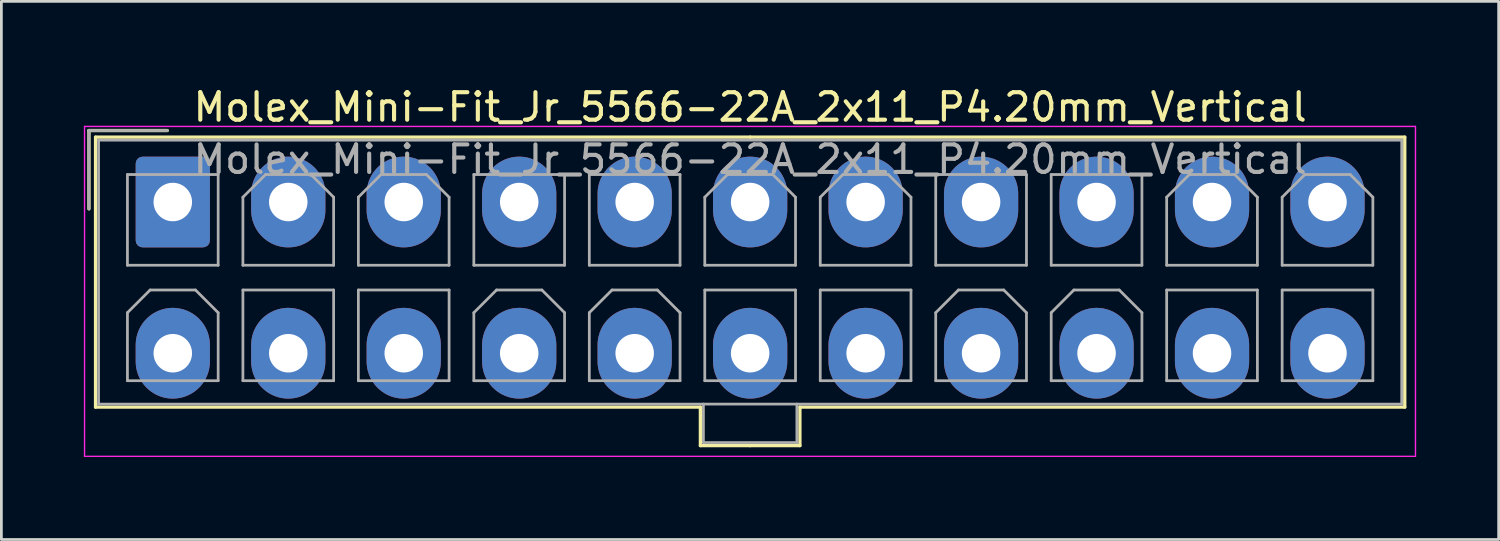
<source format=kicad_pcb>
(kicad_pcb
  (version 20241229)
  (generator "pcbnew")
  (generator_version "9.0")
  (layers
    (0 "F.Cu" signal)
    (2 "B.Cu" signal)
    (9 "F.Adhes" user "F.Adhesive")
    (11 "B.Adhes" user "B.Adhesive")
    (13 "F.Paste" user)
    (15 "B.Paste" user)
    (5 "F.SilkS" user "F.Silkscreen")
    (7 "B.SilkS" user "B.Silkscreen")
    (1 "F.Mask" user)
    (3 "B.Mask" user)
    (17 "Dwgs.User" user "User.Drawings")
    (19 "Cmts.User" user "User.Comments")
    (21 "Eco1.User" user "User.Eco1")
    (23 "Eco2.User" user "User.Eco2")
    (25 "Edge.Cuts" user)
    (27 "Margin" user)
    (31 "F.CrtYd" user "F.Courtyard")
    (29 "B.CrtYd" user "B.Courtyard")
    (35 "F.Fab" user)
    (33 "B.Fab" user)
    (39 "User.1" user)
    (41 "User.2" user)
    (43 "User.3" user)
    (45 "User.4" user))
  (footprint "Molex_Mini-Fit_Jr_5566-22A_2x11_P4.20mm_Vertical"
    (layer "F.Cu")
    (at 3.235 4.298)
    (property "Reference" "Molex_Mini-Fit_Jr_5566-22A_2x11_P4.20mm_Vertical" (at 21 -3.45 0) (layer "F.SilkS") (effects (font (size 1 1) (thickness 0.15))))
    (attr through_hole)
    (fp_line (start -3.05 -2.6) (end -3.05 0.25) (stroke (width 0.12) (type solid)) (layer "F.SilkS"))
    (fp_line (start -2.81 -2.36) (end -2.81 7.46) (stroke (width 0.12) (type solid)) (layer "F.SilkS"))
    (fp_line (start -2.81 7.46) (end 19.19 7.46) (stroke (width 0.12) (type solid)) (layer "F.SilkS"))
    (fp_line (start -0.2 -2.6) (end -3.05 -2.6) (stroke (width 0.12) (type solid)) (layer "F.SilkS"))
    (fp_line (start 19.19 7.46) (end 19.19 8.86) (stroke (width 0.12) (type solid)) (layer "F.SilkS"))
    (fp_line (start 19.19 8.86) (end 21 8.86) (stroke (width 0.12) (type solid)) (layer "F.SilkS"))
    (fp_line (start 21 -2.36) (end -2.81 -2.36) (stroke (width 0.12) (type solid)) (layer "F.SilkS"))
    (fp_line (start 21 -2.36) (end 44.81 -2.36) (stroke (width 0.12) (type solid)) (layer "F.SilkS"))
    (fp_line (start 22.81 7.46) (end 22.81 8.86) (stroke (width 0.12) (type solid)) (layer "F.SilkS"))
    (fp_line (start 22.81 8.86) (end 21 8.86) (stroke (width 0.12) (type solid)) (layer "F.SilkS"))
    (fp_line (start 44.81 -2.36) (end 44.81 7.46) (stroke (width 0.12) (type solid)) (layer "F.SilkS"))
    (fp_line (start 44.81 7.46) (end 22.81 7.46) (stroke (width 0.12) (type solid)) (layer "F.SilkS"))
    (fp_line (start -3.21 -2.75) (end -3.21 9.25) (stroke (width 0.05) (type solid)) (layer "F.CrtYd"))
    (fp_line (start -3.21 9.25) (end 45.2 9.25) (stroke (width 0.05) (type solid)) (layer "F.CrtYd"))
    (fp_line (start 45.2 -2.75) (end -3.21 -2.75) (stroke (width 0.05) (type solid)) (layer "F.CrtYd"))
    (fp_line (start 45.2 9.25) (end 45.2 -2.75) (stroke (width 0.05) (type solid)) (layer "F.CrtYd"))
    (fp_line (start -3.05 -2.6) (end -3.05 0.25) (stroke (width 0.1) (type solid)) (layer "F.Fab"))
    (fp_line (start -2.7 -2.25) (end -2.7 7.35) (stroke (width 0.1) (type solid)) (layer "F.Fab"))
    (fp_line (start -2.7 7.35) (end 44.7 7.35) (stroke (width 0.1) (type solid)) (layer "F.Fab"))
    (fp_line (start -1.65 -1) (end -1.65 2.3) (stroke (width 0.1) (type solid)) (layer "F.Fab"))
    (fp_line (start -1.65 2.3) (end 1.65 2.3) (stroke (width 0.1) (type solid)) (layer "F.Fab"))
    (fp_line (start -1.65 4.025) (end -0.825 3.2) (stroke (width 0.1) (type solid)) (layer "F.Fab"))
    (fp_line (start -1.65 6.5) (end -1.65 4.025) (stroke (width 0.1) (type solid)) (layer "F.Fab"))
    (fp_line (start -0.825 3.2) (end 0.825 3.2) (stroke (width 0.1) (type solid)) (layer "F.Fab"))
    (fp_line (start -0.2 -2.6) (end -3.05 -2.6) (stroke (width 0.1) (type solid)) (layer "F.Fab"))
    (fp_line (start 0.825 3.2) (end 1.65 4.025) (stroke (width 0.1) (type solid)) (layer "F.Fab"))
    (fp_line (start 1.65 -1) (end -1.65 -1) (stroke (width 0.1) (type solid)) (layer "F.Fab"))
    (fp_line (start 1.65 2.3) (end 1.65 -1) (stroke (width 0.1) (type solid)) (layer "F.Fab"))
    (fp_line (start 1.65 4.025) (end 1.65 6.5) (stroke (width 0.1) (type solid)) (layer "F.Fab"))
    (fp_line (start 1.65 6.5) (end -1.65 6.5) (stroke (width 0.1) (type solid)) (layer "F.Fab"))
    (fp_line (start 2.55 -0.175) (end 3.375 -1) (stroke (width 0.1) (type solid)) (layer "F.Fab"))
    (fp_line (start 2.55 2.3) (end 2.55 -0.175) (stroke (width 0.1) (type solid)) (layer "F.Fab"))
    (fp_line (start 2.55 3.2) (end 2.55 6.5) (stroke (width 0.1) (type solid)) (layer "F.Fab"))
    (fp_line (start 2.55 6.5) (end 5.85 6.5) (stroke (width 0.1) (type solid)) (layer "F.Fab"))
    (fp_line (start 3.375 -1) (end 5.025 -1) (stroke (width 0.1) (type solid)) (layer "F.Fab"))
    (fp_line (start 5.025 -1) (end 5.85 -0.175) (stroke (width 0.1) (type solid)) (layer "F.Fab"))
    (fp_line (start 5.85 -0.175) (end 5.85 2.3) (stroke (width 0.1) (type solid)) (layer "F.Fab"))
    (fp_line (start 5.85 2.3) (end 2.55 2.3) (stroke (width 0.1) (type solid)) (layer "F.Fab"))
    (fp_line (start 5.85 3.2) (end 2.55 3.2) (stroke (width 0.1) (type solid)) (layer "F.Fab"))
    (fp_line (start 5.85 6.5) (end 5.85 3.2) (stroke (width 0.1) (type solid)) (layer "F.Fab"))
    (fp_line (start 6.75 -0.175) (end 7.575 -1) (stroke (width 0.1) (type solid)) (layer "F.Fab"))
    (fp_line (start 6.75 2.3) (end 6.75 -0.175) (stroke (width 0.1) (type solid)) (layer "F.Fab"))
    (fp_line (start 6.75 3.2) (end 6.75 6.5) (stroke (width 0.1) (type solid)) (layer "F.Fab"))
    (fp_line (start 6.75 6.5) (end 10.05 6.5) (stroke (width 0.1) (type solid)) (layer "F.Fab"))
    (fp_line (start 7.575 -1) (end 9.225 -1) (stroke (width 0.1) (type solid)) (layer "F.Fab"))
    (fp_line (start 9.225 -1) (end 10.05 -0.175) (stroke (width 0.1) (type solid)) (layer "F.Fab"))
    (fp_line (start 10.05 -0.175) (end 10.05 2.3) (stroke (width 0.1) (type solid)) (layer "F.Fab"))
    (fp_line (start 10.05 2.3) (end 6.75 2.3) (stroke (width 0.1) (type solid)) (layer "F.Fab"))
    (fp_line (start 10.05 3.2) (end 6.75 3.2) (stroke (width 0.1) (type solid)) (layer "F.Fab"))
    (fp_line (start 10.05 6.5) (end 10.05 3.2) (stroke (width 0.1) (type solid)) (layer "F.Fab"))
    (fp_line (start 10.95 -1) (end 10.95 2.3) (stroke (width 0.1) (type solid)) (layer "F.Fab"))
    (fp_line (start 10.95 2.3) (end 14.25 2.3) (stroke (width 0.1) (type solid)) (layer "F.Fab"))
    (fp_line (start 10.95 4.025) (end 11.775 3.2) (stroke (width 0.1) (type solid)) (layer "F.Fab"))
    (fp_line (start 10.95 6.5) (end 10.95 4.025) (stroke (width 0.1) (type solid)) (layer "F.Fab"))
    (fp_line (start 11.775 3.2) (end 13.425 3.2) (stroke (width 0.1) (type solid)) (layer "F.Fab"))
    (fp_line (start 13.425 3.2) (end 14.25 4.025) (stroke (width 0.1) (type solid)) (layer "F.Fab"))
    (fp_line (start 14.25 -1) (end 10.95 -1) (stroke (width 0.1) (type solid)) (layer "F.Fab"))
    (fp_line (start 14.25 2.3) (end 14.25 -1) (stroke (width 0.1) (type solid)) (layer "F.Fab"))
    (fp_line (start 14.25 4.025) (end 14.25 6.5) (stroke (width 0.1) (type solid)) (layer "F.Fab"))
    (fp_line (start 14.25 6.5) (end 10.95 6.5) (stroke (width 0.1) (type solid)) (layer "F.Fab"))
    (fp_line (start 15.15 -1) (end 15.15 2.3) (stroke (width 0.1) (type solid)) (layer "F.Fab"))
    (fp_line (start 15.15 2.3) (end 18.45 2.3) (stroke (width 0.1) (type solid)) (layer "F.Fab"))
    (fp_line (start 15.15 4.025) (end 15.975 3.2) (stroke (width 0.1) (type solid)) (layer "F.Fab"))
    (fp_line (start 15.15 6.5) (end 15.15 4.025) (stroke (width 0.1) (type solid)) (layer "F.Fab"))
    (fp_line (start 15.975 3.2) (end 17.625 3.2) (stroke (width 0.1) (type solid)) (layer "F.Fab"))
    (fp_line (start 17.625 3.2) (end 18.45 4.025) (stroke (width 0.1) (type solid)) (layer "F.Fab"))
    (fp_line (start 18.45 -1) (end 15.15 -1) (stroke (width 0.1) (type solid)) (layer "F.Fab"))
    (fp_line (start 18.45 2.3) (end 18.45 -1) (stroke (width 0.1) (type solid)) (layer "F.Fab"))
    (fp_line (start 18.45 4.025) (end 18.45 6.5) (stroke (width 0.1) (type solid)) (layer "F.Fab"))
    (fp_line (start 18.45 6.5) (end 15.15 6.5) (stroke (width 0.1) (type solid)) (layer "F.Fab"))
    (fp_line (start 19.3 7.35) (end 19.3 8.75) (stroke (width 0.1) (type solid)) (layer "F.Fab"))
    (fp_line (start 19.3 8.75) (end 22.7 8.75) (stroke (width 0.1) (type solid)) (layer "F.Fab"))
    (fp_line (start 19.35 -0.175) (end 20.175 -1) (stroke (width 0.1) (type solid)) (layer "F.Fab"))
    (fp_line (start 19.35 2.3) (end 19.35 -0.175) (stroke (width 0.1) (type solid)) (layer "F.Fab"))
    (fp_line (start 19.35 3.2) (end 19.35 6.5) (stroke (width 0.1) (type solid)) (layer "F.Fab"))
    (fp_line (start 19.35 6.5) (end 22.65 6.5) (stroke (width 0.1) (type solid)) (layer "F.Fab"))
    (fp_line (start 20.175 -1) (end 21.825 -1) (stroke (width 0.1) (type solid)) (layer "F.Fab"))
    (fp_line (start 21.825 -1) (end 22.65 -0.175) (stroke (width 0.1) (type solid)) (layer "F.Fab"))
    (fp_line (start 22.65 -0.175) (end 22.65 2.3) (stroke (width 0.1) (type solid)) (layer "F.Fab"))
    (fp_line (start 22.65 2.3) (end 19.35 2.3) (stroke (width 0.1) (type solid)) (layer "F.Fab"))
    (fp_line (start 22.65 3.2) (end 19.35 3.2) (stroke (width 0.1) (type solid)) (layer "F.Fab"))
    (fp_line (start 22.65 6.5) (end 22.65 3.2) (stroke (width 0.1) (type solid)) (layer "F.Fab"))
    (fp_line (start 22.7 8.75) (end 22.7 7.35) (stroke (width 0.1) (type solid)) (layer "F.Fab"))
    (fp_line (start 23.55 -0.175) (end 24.375 -1) (stroke (width 0.1) (type solid)) (layer "F.Fab"))
    (fp_line (start 23.55 2.3) (end 23.55 -0.175) (stroke (width 0.1) (type solid)) (layer "F.Fab"))
    (fp_line (start 23.55 3.2) (end 23.55 6.5) (stroke (width 0.1) (type solid)) (layer "F.Fab"))
    (fp_line (start 23.55 6.5) (end 26.85 6.5) (stroke (width 0.1) (type solid)) (layer "F.Fab"))
    (fp_line (start 24.375 -1) (end 26.025 -1) (stroke (width 0.1) (type solid)) (layer "F.Fab"))
    (fp_line (start 26.025 -1) (end 26.85 -0.175) (stroke (width 0.1) (type solid)) (layer "F.Fab"))
    (fp_line (start 26.85 -0.175) (end 26.85 2.3) (stroke (width 0.1) (type solid)) (layer "F.Fab"))
    (fp_line (start 26.85 2.3) (end 23.55 2.3) (stroke (width 0.1) (type solid)) (layer "F.Fab"))
    (fp_line (start 26.85 3.2) (end 23.55 3.2) (stroke (width 0.1) (type solid)) (layer "F.Fab"))
    (fp_line (start 26.85 6.5) (end 26.85 3.2) (stroke (width 0.1) (type solid)) (layer "F.Fab"))
    (fp_line (start 27.75 -1) (end 27.75 2.3) (stroke (width 0.1) (type solid)) (layer "F.Fab"))
    (fp_line (start 27.75 2.3) (end 31.05 2.3) (stroke (width 0.1) (type solid)) (layer "F.Fab"))
    (fp_line (start 27.75 4.025) (end 28.575 3.2) (stroke (width 0.1) (type solid)) (layer "F.Fab"))
    (fp_line (start 27.75 6.5) (end 27.75 4.025) (stroke (width 0.1) (type solid)) (layer "F.Fab"))
    (fp_line (start 28.575 3.2) (end 30.225 3.2) (stroke (width 0.1) (type solid)) (layer "F.Fab"))
    (fp_line (start 30.225 3.2) (end 31.05 4.025) (stroke (width 0.1) (type solid)) (layer "F.Fab"))
    (fp_line (start 31.05 -1) (end 27.75 -1) (stroke (width 0.1) (type solid)) (layer "F.Fab"))
    (fp_line (start 31.05 2.3) (end 31.05 -1) (stroke (width 0.1) (type solid)) (layer "F.Fab"))
    (fp_line (start 31.05 4.025) (end 31.05 6.5) (stroke (width 0.1) (type solid)) (layer "F.Fab"))
    (fp_line (start 31.05 6.5) (end 27.75 6.5) (stroke (width 0.1) (type solid)) (layer "F.Fab"))
    (fp_line (start 31.95 -1) (end 31.95 2.3) (stroke (width 0.1) (type solid)) (layer "F.Fab"))
    (fp_line (start 31.95 2.3) (end 35.25 2.3) (stroke (width 0.1) (type solid)) (layer "F.Fab"))
    (fp_line (start 31.95 4.025) (end 32.775 3.2) (stroke (width 0.1) (type solid)) (layer "F.Fab"))
    (fp_line (start 31.95 6.5) (end 31.95 4.025) (stroke (width 0.1) (type solid)) (layer "F.Fab"))
    (fp_line (start 32.775 3.2) (end 34.425 3.2) (stroke (width 0.1) (type solid)) (layer "F.Fab"))
    (fp_line (start 34.425 3.2) (end 35.25 4.025) (stroke (width 0.1) (type solid)) (layer "F.Fab"))
    (fp_line (start 35.25 -1) (end 31.95 -1) (stroke (width 0.1) (type solid)) (layer "F.Fab"))
    (fp_line (start 35.25 2.3) (end 35.25 -1) (stroke (width 0.1) (type solid)) (layer "F.Fab"))
    (fp_line (start 35.25 4.025) (end 35.25 6.5) (stroke (width 0.1) (type solid)) (layer "F.Fab"))
    (fp_line (start 35.25 6.5) (end 31.95 6.5) (stroke (width 0.1) (type solid)) (layer "F.Fab"))
    (fp_line (start 36.15 -0.175) (end 36.975 -1) (stroke (width 0.1) (type solid)) (layer "F.Fab"))
    (fp_line (start 36.15 2.3) (end 36.15 -0.175) (stroke (width 0.1) (type solid)) (layer "F.Fab"))
    (fp_line (start 36.15 3.2) (end 36.15 6.5) (stroke (width 0.1) (type solid)) (layer "F.Fab"))
    (fp_line (start 36.15 6.5) (end 39.45 6.5) (stroke (width 0.1) (type solid)) (layer "F.Fab"))
    (fp_line (start 36.975 -1) (end 38.625 -1) (stroke (width 0.1) (type solid)) (layer "F.Fab"))
    (fp_line (start 38.625 -1) (end 39.45 -0.175) (stroke (width 0.1) (type solid)) (layer "F.Fab"))
    (fp_line (start 39.45 -0.175) (end 39.45 2.3) (stroke (width 0.1) (type solid)) (layer "F.Fab"))
    (fp_line (start 39.45 2.3) (end 36.15 2.3) (stroke (width 0.1) (type solid)) (layer "F.Fab"))
    (fp_line (start 39.45 3.2) (end 36.15 3.2) (stroke (width 0.1) (type solid)) (layer "F.Fab"))
    (fp_line (start 39.45 6.5) (end 39.45 3.2) (stroke (width 0.1) (type solid)) (layer "F.Fab"))
    (fp_line (start 40.35 -0.175) (end 41.175 -1) (stroke (width 0.1) (type solid)) (layer "F.Fab"))
    (fp_line (start 40.35 2.3) (end 40.35 -0.175) (stroke (width 0.1) (type solid)) (layer "F.Fab"))
    (fp_line (start 40.35 3.2) (end 40.35 6.5) (stroke (width 0.1) (type solid)) (layer "F.Fab"))
    (fp_line (start 40.35 6.5) (end 43.65 6.5) (stroke (width 0.1) (type solid)) (layer "F.Fab"))
    (fp_line (start 41.175 -1) (end 42.825 -1) (stroke (width 0.1) (type solid)) (layer "F.Fab"))
    (fp_line (start 42.825 -1) (end 43.65 -0.175) (stroke (width 0.1) (type solid)) (layer "F.Fab"))
    (fp_line (start 43.65 -0.175) (end 43.65 2.3) (stroke (width 0.1) (type solid)) (layer "F.Fab"))
    (fp_line (start 43.65 2.3) (end 40.35 2.3) (stroke (width 0.1) (type solid)) (layer "F.Fab"))
    (fp_line (start 43.65 3.2) (end 40.35 3.2) (stroke (width 0.1) (type solid)) (layer "F.Fab"))
    (fp_line (start 43.65 6.5) (end 43.65 3.2) (stroke (width 0.1) (type solid)) (layer "F.Fab"))
    (fp_line (start 44.7 -2.25) (end -2.7 -2.25) (stroke (width 0.1) (type solid)) (layer "F.Fab"))
    (fp_line (start 44.7 7.35) (end 44.7 -2.25) (stroke (width 0.1) (type solid)) (layer "F.Fab"))
    (fp_text user "${REFERENCE}" (at 21 -1.55 0) (layer "F.Fab") (effects (font (size 1 1) (thickness 0.15))))
    (pad "1" thru_hole roundrect (at 0 0) (size 2.7 3.3) (drill 1.4) (layers "*.Cu" "*.Mask") (roundrect_rratio 0.093))
    (pad "2" thru_hole oval (at 4.2 0) (size 2.7 3.3) (drill 1.4) (layers "*.Cu" "*.Mask"))
    (pad "3" thru_hole oval (at 8.4 0) (size 2.7 3.3) (drill 1.4) (layers "*.Cu" "*.Mask"))
    (pad "4" thru_hole oval (at 12.6 0) (size 2.7 3.3) (drill 1.4) (layers "*.Cu" "*.Mask"))
    (pad "5" thru_hole oval (at 16.8 0) (size 2.7 3.3) (drill 1.4) (layers "*.Cu" "*.Mask"))
    (pad "6" thru_hole oval (at 21 0) (size 2.7 3.3) (drill 1.4) (layers "*.Cu" "*.Mask"))
    (pad "7" thru_hole oval (at 25.2 0) (size 2.7 3.3) (drill 1.4) (layers "*.Cu" "*.Mask"))
    (pad "8" thru_hole oval (at 29.4 0) (size 2.7 3.3) (drill 1.4) (layers "*.Cu" "*.Mask"))
    (pad "9" thru_hole oval (at 33.6 0) (size 2.7 3.3) (drill 1.4) (layers "*.Cu" "*.Mask"))
    (pad "10" thru_hole oval (at 37.8 0) (size 2.7 3.3) (drill 1.4) (layers "*.Cu" "*.Mask"))
    (pad "11" thru_hole oval (at 42 0) (size 2.7 3.3) (drill 1.4) (layers "*.Cu" "*.Mask"))
    (pad "12" thru_hole oval (at 0 5.5) (size 2.7 3.3) (drill 1.4) (layers "*.Cu" "*.Mask"))
    (pad "13" thru_hole oval (at 4.2 5.5) (size 2.7 3.3) (drill 1.4) (layers "*.Cu" "*.Mask"))
    (pad "14" thru_hole oval (at 8.4 5.5) (size 2.7 3.3) (drill 1.4) (layers "*.Cu" "*.Mask"))
    (pad "15" thru_hole oval (at 12.6 5.5) (size 2.7 3.3) (drill 1.4) (layers "*.Cu" "*.Mask"))
    (pad "16" thru_hole oval (at 16.8 5.5) (size 2.7 3.3) (drill 1.4) (layers "*.Cu" "*.Mask"))
    (pad "17" thru_hole oval (at 21 5.5) (size 2.7 3.3) (drill 1.4) (layers "*.Cu" "*.Mask"))
    (pad "18" thru_hole oval (at 25.2 5.5) (size 2.7 3.3) (drill 1.4) (layers "*.Cu" "*.Mask"))
    (pad "19" thru_hole oval (at 29.4 5.5) (size 2.7 3.3) (drill 1.4) (layers "*.Cu" "*.Mask"))
    (pad "20" thru_hole oval (at 33.6 5.5) (size 2.7 3.3) (drill 1.4) (layers "*.Cu" "*.Mask"))
    (pad "21" thru_hole oval (at 37.8 5.5) (size 2.7 3.3) (drill 1.4) (layers "*.Cu" "*.Mask"))
    (pad "22" thru_hole oval (at 42 5.5) (size 2.7 3.3) (drill 1.4) (layers "*.Cu" "*.Mask")))
  (gr_rect
    (start -3 -3)
    (end 51.46 16.573)
    (stroke (width 0.1) (type default))
    (fill no)
    (layer "Edge.Cuts")))
</source>
